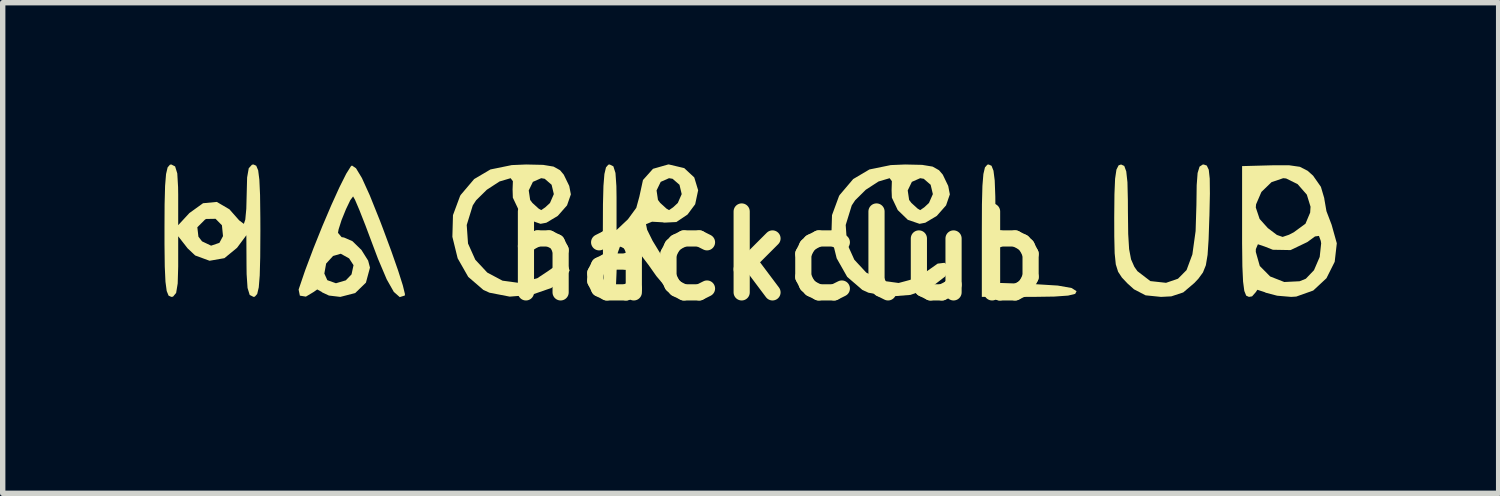
<source format=kicad_pcb>
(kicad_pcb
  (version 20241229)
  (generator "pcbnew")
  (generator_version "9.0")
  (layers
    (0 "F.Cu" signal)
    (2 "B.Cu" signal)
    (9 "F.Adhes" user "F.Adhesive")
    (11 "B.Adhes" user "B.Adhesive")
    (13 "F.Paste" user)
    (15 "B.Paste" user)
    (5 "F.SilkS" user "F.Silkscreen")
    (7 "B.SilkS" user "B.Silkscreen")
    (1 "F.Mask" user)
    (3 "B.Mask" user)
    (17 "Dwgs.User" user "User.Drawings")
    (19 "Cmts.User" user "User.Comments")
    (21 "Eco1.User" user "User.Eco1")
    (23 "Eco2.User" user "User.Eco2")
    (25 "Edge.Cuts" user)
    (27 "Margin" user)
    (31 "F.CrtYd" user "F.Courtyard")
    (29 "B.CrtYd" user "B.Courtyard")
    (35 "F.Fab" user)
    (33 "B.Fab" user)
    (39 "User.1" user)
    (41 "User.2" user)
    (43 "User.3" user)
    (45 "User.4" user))
  (footprint "hackclub"
    (layer "F.Cu")
    (at 11.345 1.693)
    (property "Reference" "hackclub" (at 0 0 0) (layer "F.SilkS") (effects (font (size 1.5 1.5) (thickness 0.3))))
    (attr board_only exclude_from_pos_files exclude_from_bom)
    (fp_poly (pts (xy 3.99 -1.669) (xy 4.026 -1.578) (xy 4.049 -1.397) (xy 4.06 -1.1) (xy 4.064 -0.661) (xy 4.064 -0.596) (xy 4.064 0.501) (xy 4.798 0.526) (xy 5.219 0.552) (xy 5.474 0.597) (xy 5.567 0.656) (xy 5.541 0.706) (xy 5.41 0.738) (xy 5.152 0.756) (xy 4.749 0.762) (xy 4.706 0.762) (xy 3.81 0.762) (xy 3.81 -0.466) (xy 3.812 -0.953) (xy 3.821 -1.296) (xy 3.839 -1.516) (xy 3.868 -1.639) (xy 3.912 -1.689) (xy 3.937 -1.693)) (stroke (width 0) (type solid)) (fill yes) (layer "F.SilkS"))
    (fp_poly (pts (xy 7.981 -1.673) (xy 8.018 -1.595) (xy 8.036 -1.431) (xy 8.039 -1.154) (xy 8.03 -0.736) (xy 8.029 -0.725) (xy 8.015 -0.305) (xy 7.996 -0.018) (xy 7.964 0.175) (xy 7.91 0.309) (xy 7.827 0.423) (xy 7.752 0.503) (xy 7.545 0.679) (xy 7.324 0.752) (xy 7.132 0.762) (xy 6.846 0.733) (xy 6.631 0.621) (xy 6.513 0.515) (xy 6.407 0.403) (xy 6.337 0.296) (xy 6.294 0.159) (xy 6.273 -0.046) (xy 6.266 -0.354) (xy 6.265 -0.713) (xy 6.269 -1.142) (xy 6.281 -1.429) (xy 6.306 -1.598) (xy 6.346 -1.677) (xy 6.392 -1.693) (xy 6.451 -1.666) (xy 6.488 -1.565) (xy 6.51 -1.364) (xy 6.518 -1.034) (xy 6.519 -0.816) (xy 6.524 -0.405) (xy 6.541 -0.124) (xy 6.577 0.066) (xy 6.638 0.204) (xy 6.695 0.285) (xy 6.935 0.469) (xy 7.226 0.501) (xy 7.447 0.425) (xy 7.606 0.265) (xy 7.714 -0.026) (xy 7.774 -0.459) (xy 7.789 -0.944) (xy 7.794 -1.309) (xy 7.811 -1.535) (xy 7.847 -1.653) (xy 7.906 -1.692) (xy 7.924 -1.693)) (stroke (width 0) (type solid)) (fill yes) (layer "F.SilkS"))
    (fp_poly (pts (xy -7.794 -1.623) (xy -7.685 -1.443) (xy -7.539 -1.122) (xy -7.35 -0.651) (xy -7.294 -0.504) (xy -7.139 -0.086) (xy -7.013 0.274) (xy -6.926 0.548) (xy -6.887 0.708) (xy -6.888 0.736) (xy -6.983 0.766) (xy -7.093 0.669) (xy -7.225 0.436) (xy -7.387 0.054) (xy -7.483 -0.201) (xy -7.617 -0.558) (xy -7.731 -0.848) (xy -7.813 -1.04) (xy -7.848 -1.101) (xy -7.9 -1.031) (xy -7.98 -0.864) (xy -8.062 -0.662) (xy -8.117 -0.489) (xy -8.128 -0.426) (xy -8.061 -0.346) (xy -8.016 -0.339) (xy -7.86 -0.271) (xy -7.693 -0.108) (xy -7.569 0.089) (xy -7.535 0.219) (xy -7.61 0.498) (xy -7.809 0.691) (xy -8.085 0.762) (xy -8.296 0.737) (xy -8.424 0.677) (xy -8.429 0.67) (xy -8.513 0.624) (xy -8.578 0.67) (xy -8.723 0.757) (xy -8.835 0.739) (xy -8.858 0.627) (xy -8.854 0.614) (xy -8.757 0.329) (xy -8.381 0.329) (xy -8.326 0.452) (xy -8.166 0.509) (xy -7.983 0.455) (xy -7.877 0.345) (xy -7.84 0.174) (xy -7.922 0.048) (xy -8.076 -0.038) (xy -8.219 0.003) (xy -8.348 0.144) (xy -8.381 0.329) (xy -8.757 0.329) (xy -8.732 0.257) (xy -8.582 -0.141) (xy -8.418 -0.549) (xy -8.253 -0.936) (xy -8.101 -1.271) (xy -7.975 -1.522) (xy -7.889 -1.659) (xy -7.869 -1.674)) (stroke (width 0) (type solid)) (fill yes) (layer "F.SilkS"))
    (fp_poly (pts (xy -4.325 -1.686) (xy -4.131 -1.654) (xy -4.011 -1.587) (xy -3.942 -1.505) (xy -3.84 -1.295) (xy -3.81 -1.139) (xy -3.881 -0.935) (xy -4.053 -0.74) (xy -4.265 -0.613) (xy -4.372 -0.593) (xy -4.589 -0.667) (xy -4.777 -0.848) (xy -4.886 -1.078) (xy -4.89 -1.212) (xy -4.591 -1.212) (xy -4.565 -1.036) (xy -4.523 -0.98) (xy -4.406 -0.874) (xy -4.36 -0.847) (xy -4.284 -0.899) (xy -4.197 -0.98) (xy -4.126 -1.144) (xy -4.167 -1.317) (xy -4.295 -1.428) (xy -4.36 -1.439) (xy -4.514 -1.371) (xy -4.591 -1.212) (xy -4.89 -1.212) (xy -4.891 -1.223) (xy -4.885 -1.383) (xy -4.927 -1.439) (xy -5.133 -1.378) (xy -5.368 -1.225) (xy -5.567 -1.029) (xy -5.629 -0.934) (xy -5.741 -0.571) (xy -5.717 -0.228) (xy -5.582 0.073) (xy -5.36 0.311) (xy -5.078 0.461) (xy -4.761 0.504) (xy -4.433 0.416) (xy -4.235 0.285) (xy -4.036 0.145) (xy -3.91 0.13) (xy -3.876 0.154) (xy -3.833 0.274) (xy -3.896 0.383) (xy -4.173 0.597) (xy -4.542 0.725) (xy -4.944 0.757) (xy -5.32 0.684) (xy -5.432 0.633) (xy -5.713 0.391) (xy -5.909 0.047) (xy -6.007 -0.352) (xy -5.996 -0.754) (xy -5.864 -1.11) (xy -5.851 -1.131) (xy -5.603 -1.423) (xy -5.301 -1.601) (xy -4.905 -1.682) (xy -4.64 -1.693)) (stroke (width 0) (type solid)) (fill yes) (layer "F.SilkS"))
    (fp_poly (pts (xy 2.703 -1.686) (xy 2.897 -1.654) (xy 3.016 -1.587) (xy 3.086 -1.505) (xy 3.187 -1.295) (xy 3.217 -1.139) (xy 3.147 -0.935) (xy 2.975 -0.74) (xy 2.762 -0.613) (xy 2.655 -0.593) (xy 2.438 -0.667) (xy 2.251 -0.848) (xy 2.142 -1.078) (xy 2.137 -1.212) (xy 2.436 -1.212) (xy 2.462 -1.036) (xy 2.504 -0.98) (xy 2.621 -0.874) (xy 2.667 -0.847) (xy 2.743 -0.899) (xy 2.83 -0.98) (xy 2.902 -1.144) (xy 2.861 -1.317) (xy 2.733 -1.428) (xy 2.667 -1.439) (xy 2.513 -1.371) (xy 2.436 -1.212) (xy 2.137 -1.212) (xy 2.137 -1.223) (xy 2.142 -1.383) (xy 2.101 -1.439) (xy 1.895 -1.378) (xy 1.659 -1.225) (xy 1.461 -1.029) (xy 1.398 -0.934) (xy 1.286 -0.571) (xy 1.31 -0.228) (xy 1.446 0.073) (xy 1.667 0.311) (xy 1.949 0.461) (xy 2.267 0.504) (xy 2.594 0.416) (xy 2.793 0.285) (xy 2.991 0.145) (xy 3.118 0.13) (xy 3.151 0.154) (xy 3.194 0.274) (xy 3.131 0.383) (xy 2.854 0.597) (xy 2.486 0.725) (xy 2.084 0.757) (xy 1.707 0.684) (xy 1.595 0.633) (xy 1.314 0.391) (xy 1.119 0.047) (xy 1.02 -0.352) (xy 1.032 -0.754) (xy 1.163 -1.11) (xy 1.177 -1.131) (xy 1.425 -1.423) (xy 1.726 -1.601) (xy 2.122 -1.682) (xy 2.387 -1.693)) (stroke (width 0) (type solid)) (fill yes) (layer "F.SilkS"))
    (fp_poly (pts (xy -1.708 -1.626) (xy -1.522 -1.453) (xy -1.45 -1.215) (xy -1.505 -0.956) (xy -1.647 -0.765) (xy -1.854 -0.626) (xy -2.079 -0.615) (xy -2.11 -0.621) (xy -2.304 -0.632) (xy -2.416 -0.587) (xy -2.417 -0.587) (xy -2.396 -0.483) (xy -2.295 -0.279) (xy -2.134 -0.014) (xy -2.067 0.087) (xy -1.89 0.361) (xy -1.766 0.581) (xy -1.714 0.711) (xy -1.717 0.73) (xy -1.835 0.756) (xy -2.002 0.64) (xy -2.224 0.377) (xy -2.37 0.17) (xy -2.595 -0.126) (xy -2.761 -0.262) (xy -2.876 -0.239) (xy -2.941 -0.055) (xy -2.963 0.291) (xy -2.963 0.307) (xy -2.975 0.584) (xy -3.017 0.725) (xy -3.09 0.762) (xy -3.141 0.739) (xy -3.176 0.653) (xy -3.199 0.48) (xy -3.212 0.197) (xy -3.217 -0.22) (xy -3.217 -0.466) (xy -3.215 -0.953) (xy -3.206 -1.296) (xy -3.188 -1.516) (xy -3.159 -1.639) (xy -3.116 -1.689) (xy -3.09 -1.693) (xy -3.022 -1.659) (xy -2.983 -1.536) (xy -2.966 -1.292) (xy -2.963 -1.086) (xy -2.963 -0.478) (xy -2.752 -0.677) (xy -2.597 -0.889) (xy -2.54 -1.097) (xy -2.515 -1.212) (xy -2.221 -1.212) (xy -2.195 -1.036) (xy -2.153 -0.98) (xy -2.036 -0.874) (xy -1.99 -0.847) (xy -1.914 -0.899) (xy -1.827 -0.98) (xy -1.755 -1.144) (xy -1.796 -1.317) (xy -1.924 -1.428) (xy -1.99 -1.439) (xy -2.144 -1.371) (xy -2.221 -1.212) (xy -2.515 -1.212) (xy -2.473 -1.405) (xy -2.287 -1.613) (xy -2.007 -1.693) (xy -1.99 -1.693)) (stroke (width 0) (type solid)) (fill yes) (layer "F.SilkS"))
    (fp_poly (pts (xy 9.707 -1.65) (xy 9.85 -1.577) (xy 9.952 -1.486) (xy 10.097 -1.279) (xy 10.16 -1.066) (xy 10.16 -1.058) (xy 10.2 -0.827) (xy 10.295 -0.578) (xy 10.296 -0.575) (xy 10.392 -0.232) (xy 10.353 0.111) (xy 10.2 0.416) (xy 9.955 0.644) (xy 9.64 0.756) (xy 9.546 0.762) (xy 9.286 0.74) (xy 9.076 0.685) (xy 9.054 0.674) (xy 8.919 0.63) (xy 8.89 0.674) (xy 8.821 0.752) (xy 8.763 0.762) (xy 8.712 0.739) (xy 8.677 0.652) (xy 8.654 0.478) (xy 8.641 0.194) (xy 8.638 -0.072) (xy 8.89 -0.072) (xy 8.964 0.189) (xy 9.156 0.383) (xy 9.418 0.486) (xy 9.702 0.472) (xy 9.818 0.425) (xy 9.969 0.267) (xy 10.075 0.021) (xy 10.102 -0.231) (xy 10.095 -0.276) (xy 10.061 -0.369) (xy 9.988 -0.359) (xy 9.846 -0.255) (xy 9.535 -0.106) (xy 9.206 -0.112) (xy 9.054 -0.172) (xy 8.929 -0.214) (xy 8.891 -0.124) (xy 8.89 -0.072) (xy 8.638 -0.072) (xy 8.636 -0.226) (xy 8.636 -0.451) (xy 8.636 -0.895) (xy 8.89 -0.895) (xy 8.961 -0.683) (xy 9.113 -0.514) (xy 9.281 -0.387) (xy 9.387 -0.35) (xy 9.505 -0.39) (xy 9.594 -0.436) (xy 9.811 -0.595) (xy 9.898 -0.801) (xy 9.905 -0.91) (xy 9.836 -1.134) (xy 9.665 -1.329) (xy 9.452 -1.434) (xy 9.398 -1.439) (xy 9.181 -1.365) (xy 8.994 -1.184) (xy 8.895 -0.954) (xy 8.89 -0.895) (xy 8.636 -0.895) (xy 8.636 -1.663) (xy 9.19 -1.678) (xy 9.505 -1.679)) (stroke (width 0) (type solid)) (fill yes) (layer "F.SilkS"))
    (fp_poly (pts (xy -9.644 -1.67) (xy -9.608 -1.584) (xy -9.586 -1.411) (xy -9.573 -1.128) (xy -9.568 -0.711) (xy -9.567 -0.466) (xy -9.57 0.022) (xy -9.579 0.364) (xy -9.597 0.585) (xy -9.626 0.708) (xy -9.669 0.757) (xy -9.694 0.762) (xy -9.765 0.726) (xy -9.805 0.596) (xy -9.822 0.342) (xy -9.824 0.191) (xy -9.827 -0.381) (xy -10 -0.148) (xy -10.234 0.044) (xy -10.509 0.092) (xy -10.776 -0.006) (xy -10.916 -0.138) (xy -11.091 -0.362) (xy -11.091 0.2) (xy -11.1 0.513) (xy -11.129 0.688) (xy -11.186 0.757) (xy -11.218 0.762) (xy -11.269 0.739) (xy -11.304 0.653) (xy -11.327 0.48) (xy -11.34 0.197) (xy -11.345 -0.22) (xy -11.345 -0.466) (xy -11.345 -0.529) (xy -10.736 -0.529) (xy -10.716 -0.355) (xy -10.649 -0.268) (xy -10.481 -0.188) (xy -10.327 -0.24) (xy -10.26 -0.365) (xy -10.28 -0.566) (xy -10.398 -0.686) (xy -10.57 -0.683) (xy -10.592 -0.673) (xy -10.736 -0.529) (xy -11.345 -0.529) (xy -11.343 -0.953) (xy -11.334 -1.296) (xy -11.316 -1.516) (xy -11.287 -1.639) (xy -11.244 -1.689) (xy -11.218 -1.693) (xy -11.148 -1.657) (xy -11.108 -1.528) (xy -11.093 -1.274) (xy -11.091 -1.131) (xy -11.091 -0.568) (xy -10.884 -0.792) (xy -10.63 -0.975) (xy -10.375 -0.999) (xy -10.141 -0.862) (xy -10.09 -0.804) (xy -9.96 -0.657) (xy -9.875 -0.593) (xy -9.873 -0.593) (xy -9.847 -0.67) (xy -9.828 -0.872) (xy -9.821 -1.143) (xy -9.813 -1.452) (xy -9.783 -1.623) (xy -9.723 -1.689) (xy -9.694 -1.693)) (stroke (width 0) (type solid)) (fill yes) (layer "F.SilkS")))
  (gr_rect
    (start -3 -3)
    (end 24.738 6.097)
    (stroke (width 0.1) (type default))
    (fill no)
    (layer "Edge.Cuts")))
</source>
